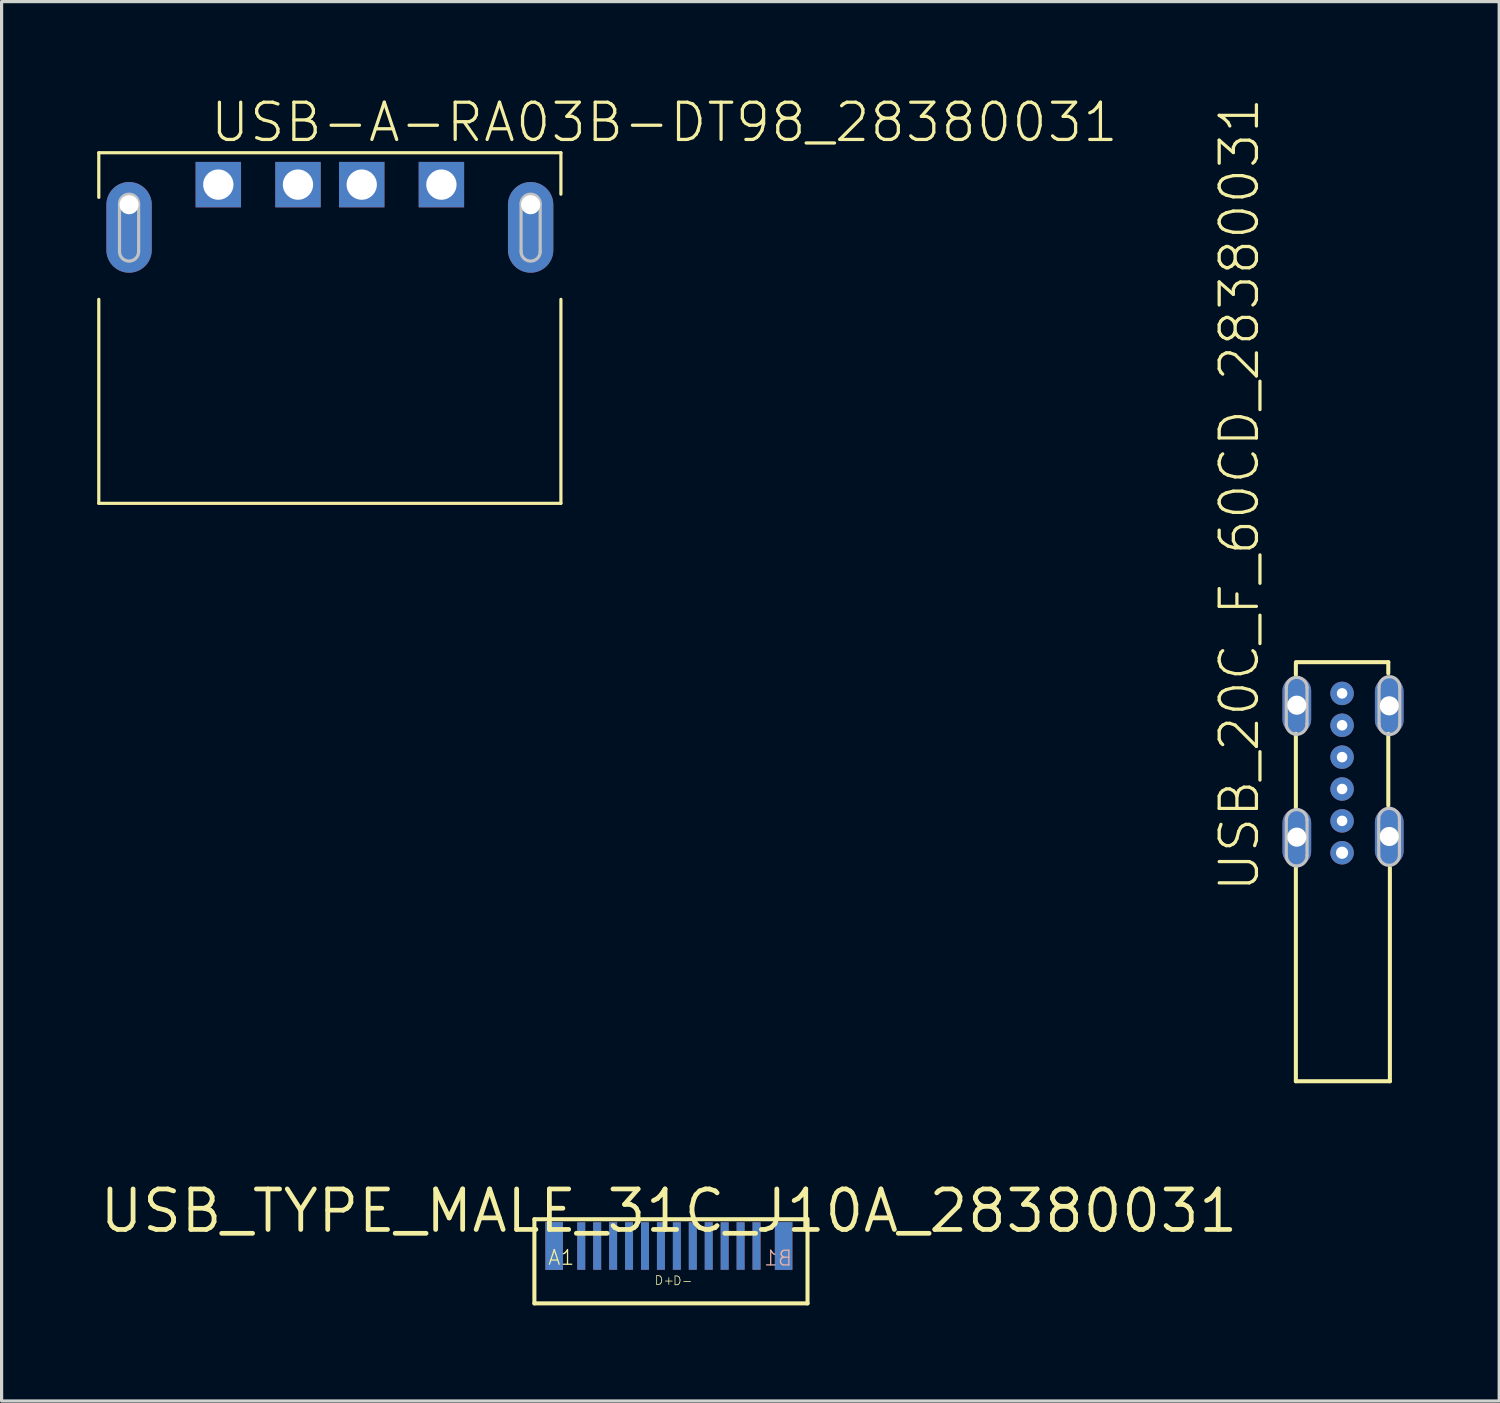
<source format=kicad_pcb>
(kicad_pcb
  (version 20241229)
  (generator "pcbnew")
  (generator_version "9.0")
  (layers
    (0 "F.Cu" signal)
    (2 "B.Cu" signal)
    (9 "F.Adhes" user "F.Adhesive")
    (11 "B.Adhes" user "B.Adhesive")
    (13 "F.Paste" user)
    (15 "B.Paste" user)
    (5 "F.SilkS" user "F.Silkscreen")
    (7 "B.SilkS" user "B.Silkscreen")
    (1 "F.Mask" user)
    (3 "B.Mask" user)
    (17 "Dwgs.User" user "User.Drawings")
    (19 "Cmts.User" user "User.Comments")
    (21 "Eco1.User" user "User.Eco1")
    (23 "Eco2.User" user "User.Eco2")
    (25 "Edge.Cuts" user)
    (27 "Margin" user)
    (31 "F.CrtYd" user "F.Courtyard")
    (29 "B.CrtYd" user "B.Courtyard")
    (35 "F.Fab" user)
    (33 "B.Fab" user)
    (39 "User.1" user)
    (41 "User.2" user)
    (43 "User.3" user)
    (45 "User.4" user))
  (footprint "USB-A-RA03B-DT98_28380031"
    (layer "F.Cu")
    (at 7.3 2.743)
    (property "Reference" "USB-A-RA03B-DT98_28380031" (at -3.81 -1.27 0) (unlocked yes) (layer "F.SilkS") (effects (font (size 1.168 1.168) (thickness 0.102)) (justify left bottom)))
    (fp_line (start -7.25 -1) (end 7.25 -1) (stroke (width 0.1) (type solid)) (layer "F.SilkS"))
    (fp_line (start -7.25 0.4) (end -7.25 -1) (stroke (width 0.1) (type solid)) (layer "F.SilkS"))
    (fp_line (start -7.25 3.6) (end -7.25 10) (stroke (width 0.1) (type solid)) (layer "F.SilkS"))
    (fp_line (start -7.25 10) (end 7.25 10) (stroke (width 0.1) (type solid)) (layer "F.SilkS"))
    (fp_line (start 7.25 -1) (end 7.25 0.3) (stroke (width 0.1) (type solid)) (layer "F.SilkS"))
    (fp_line (start 7.25 10) (end 7.25 3.6) (stroke (width 0.1) (type solid)) (layer "F.SilkS"))
    (fp_line (start -6.6 0.6) (end -6.6 2.1) (stroke (width 0.1) (type solid)) (layer "Dwgs.User"))
    (fp_line (start -6 0.6) (end -6 2.1) (stroke (width 0.1) (type solid)) (layer "Dwgs.User"))
    (fp_line (start 6 0.6) (end 6 2.1) (stroke (width 0.1) (type solid)) (layer "Dwgs.User"))
    (fp_line (start 6.6 0.6) (end 6.6 2.1) (stroke (width 0.1) (type solid)) (layer "Dwgs.User"))
    (fp_arc (start -6.6 0.6) (mid -6.3 0.3) (end -6 0.6) (stroke (width 0.1) (type solid)) (layer "Dwgs.User"))
    (fp_arc (start -6 2.1) (mid -6.3 2.4) (end -6.6 2.1) (stroke (width 0.1) (type solid)) (layer "Dwgs.User"))
    (fp_arc (start 6 0.6) (mid 6.3 0.3) (end 6.6 0.6) (stroke (width 0.1) (type solid)) (layer "Dwgs.User"))
    (fp_arc (start 6.6 2.1) (mid 6.3 2.4) (end 6 2.1) (stroke (width 0.1) (type solid)) (layer "Dwgs.User"))
    (pad "P$1" thru_hole rect (at -3.5 0) (size 1.425 1.425) (drill 0.95) (layers "*.Cu" "*.Mask"))
    (pad "P$2" thru_hole rect (at -1 0) (size 1.425 1.425) (drill 0.95) (layers "*.Cu" "*.Mask"))
    (pad "P$3" thru_hole rect (at 1 0) (size 1.425 1.425) (drill 0.95) (layers "*.Cu" "*.Mask"))
    (pad "P$4" thru_hole rect (at 3.5 0) (size 1.425 1.425) (drill 0.95) (layers "*.Cu" "*.Mask"))
    (pad "SH$1" thru_hole oval (at -6.3 0.63 270) (size 2.845 1.422) (drill 0.6 (offset 0.711 0)) (layers "*.Cu" "*.Mask"))
    (pad "SH$2" thru_hole oval (at 6.3 0.63 270) (size 2.845 1.422) (drill 0.6 (offset 0.711 0)) (layers "*.Cu" "*.Mask")))
  (footprint "USB_20C_F_60CD_28380031"
    (layer "F.Cu")
    (at 39.061 26.267)
    (property "Reference" "USB_20C_F_60CD_28380031" (at -2.54 -1.27 90) (unlocked yes) (layer "F.SilkS") (effects (font (size 1.168 1.168) (thickness 0.102)) (justify left bottom)))
    (fp_line (start -1.45 -8.54) (end 1.45 -8.54) (stroke (width 0.127) (type solid)) (layer "F.SilkS"))
    (fp_line (start -1.45 -8.14) (end -1.45 -8.49) (stroke (width 0.127) (type solid)) (layer "F.SilkS"))
    (fp_line (start -1.45 -3.99) (end -1.45 -6.29) (stroke (width 0.127) (type solid)) (layer "F.SilkS"))
    (fp_line (start -1.45 4.61) (end -1.45 -2.09) (stroke (width 0.127) (type solid)) (layer "F.SilkS"))
    (fp_line (start -1.45 4.61) (end 1.5 4.61) (stroke (width 0.127) (type solid)) (layer "F.SilkS"))
    (fp_line (start 1.45 -8.54) (end 1.45 -8.19) (stroke (width 0.127) (type solid)) (layer "F.SilkS"))
    (fp_line (start 1.45 -6.29) (end 1.45 -4.04) (stroke (width 0.127) (type solid)) (layer "F.SilkS"))
    (fp_line (start 1.5 4.61) (end 1.5 -2.09) (stroke (width 0.127) (type solid)) (layer "F.SilkS"))
    (fp_circle (center 0 -7.56) (end 0.166 -7.56) (stroke (width 0.4) (type solid)) (fill no) (layer "B.Paste"))
    (fp_circle (center 0 -6.56) (end 0.166 -6.56) (stroke (width 0.4) (type solid)) (fill no) (layer "B.Paste"))
    (fp_circle (center 0 -5.56) (end 0.166 -5.56) (stroke (width 0.4) (type solid)) (fill no) (layer "B.Paste"))
    (fp_circle (center 0 -4.56) (end 0.166 -4.56) (stroke (width 0.4) (type solid)) (fill no) (layer "B.Paste"))
    (fp_circle (center 0 -3.56) (end 0.166 -3.56) (stroke (width 0.4) (type solid)) (fill no) (layer "B.Paste"))
    (fp_circle (center 0 -2.56) (end 0.166 -2.56) (stroke (width 0.4) (type solid)) (fill no) (layer "B.Paste"))
    (fp_line (start -1.75 -7.74) (end -1.75 -6.6) (stroke (width 0.1) (type solid)) (layer "Dwgs.User"))
    (fp_line (start -1.75 -3.59) (end -1.75 -2.47) (stroke (width 0.1) (type solid)) (layer "Dwgs.User"))
    (fp_line (start -1.1 -7.74) (end -1.1 -6.6) (stroke (width 0.1) (type solid)) (layer "Dwgs.User"))
    (fp_line (start -1.1 -3.59) (end -1.1 -2.47) (stroke (width 0.1) (type solid)) (layer "Dwgs.User"))
    (fp_line (start 1.15 -3.63) (end 1.15 -2.49) (stroke (width 0.1) (type solid)) (layer "Dwgs.User"))
    (fp_line (start 1.16 -7.76) (end 1.16 -6.6) (stroke (width 0.1) (type solid)) (layer "Dwgs.User"))
    (fp_line (start 1.8 -3.63) (end 1.8 -2.49) (stroke (width 0.1) (type solid)) (layer "Dwgs.User"))
    (fp_line (start 1.81 -7.76) (end 1.81 -6.59) (stroke (width 0.1) (type solid)) (layer "Dwgs.User"))
    (fp_arc (start -1.75 -7.74) (mid -1.425 -8.065) (end -1.1 -7.74) (stroke (width 0.1) (type solid)) (layer "Dwgs.User"))
    (fp_arc (start -1.75 -3.59) (mid -1.425 -3.915) (end -1.1 -3.59) (stroke (width 0.1) (type solid)) (layer "Dwgs.User"))
    (fp_arc (start -1.1 -6.6) (mid -1.425 -6.275) (end -1.75 -6.6) (stroke (width 0.1) (type solid)) (layer "Dwgs.User"))
    (fp_arc (start -1.1 -2.47) (mid -1.425 -2.145) (end -1.75 -2.47) (stroke (width 0.1) (type solid)) (layer "Dwgs.User"))
    (fp_arc (start 1.15 -3.63) (mid 1.475 -3.955) (end 1.8 -3.63) (stroke (width 0.1) (type solid)) (layer "Dwgs.User"))
    (fp_arc (start 1.16 -7.76) (mid 1.485 -8.085) (end 1.81 -7.76) (stroke (width 0.1) (type solid)) (layer "Dwgs.User"))
    (fp_arc (start 1.8 -2.49) (mid 1.475 -2.165) (end 1.15 -2.49) (stroke (width 0.1) (type solid)) (layer "Dwgs.User"))
    (fp_arc (start 1.81 -6.59) (mid 1.48 -6.27) (end 1.16 -6.6) (stroke (width 0.1) (type solid)) (layer "Dwgs.User"))
    (pad "A5" thru_hole circle (at 0 -4.56) (size 0.737 0.737) (drill 0.33) (layers "*.Cu" "*.Mask"))
    (pad "A9" thru_hole circle (at 0 -6.56) (size 0.737 0.737) (drill 0.33) (layers "*.Cu" "*.Mask"))
    (pad "A12" thru_hole circle (at 0 -7.56) (size 0.737 0.737) (drill 0.33) (layers "*.Cu" "*.Mask"))
    (pad "B5" thru_hole circle (at 0 -5.56) (size 0.737 0.737) (drill 0.33) (layers "*.Cu" "*.Mask"))
    (pad "B9" thru_hole circle (at 0 -3.56) (size 0.737 0.737) (drill 0.33) (layers "*.Cu" "*.Mask"))
    (pad "B12" thru_hole circle (at 0 -2.56) (size 0.737 0.737) (drill 0.381) (layers "*.Cu" "*.Mask"))
    (pad "P$1" thru_hole oval (at -1.42 -3.05 90) (size 1.8 0.9) (drill 0.6) (layers "*.Cu" "*.Mask"))
    (pad "P$2" thru_hole oval (at 1.48 -3.07 90) (size 1.8 0.9) (drill 0.6) (layers "*.Cu" "*.Mask"))
    (pad "P$3" thru_hole oval (at 1.48 -7.17 90) (size 1.8 0.9) (drill 0.6) (layers "*.Cu" "*.Mask"))
    (pad "P$4" thru_hole oval (at -1.42 -7.19 90) (size 1.8 0.9) (drill 0.6) (layers "*.Cu" "*.Mask")))
  (footprint "USB_TYPE_MALE_31C_J10A_28380031"
    (layer "F.Cu")
    (at 17.938 34.947)
    (property "Reference" "USB_TYPE_MALE_31C_J10A_28380031" (at 0 0 0) (layer "F.SilkS") (effects (font (size 1.27 1.27) (thickness 0.15))))
    (fp_line (start -4.22 0.26) (end -4.22 2.9) (stroke (width 0.127) (type solid)) (layer "F.SilkS"))
    (fp_line (start -4.22 2.9) (end 4.35 2.9) (stroke (width 0.127) (type solid)) (layer "F.SilkS"))
    (fp_line (start 4.32 0.26) (end -4.22 0.26) (stroke (width 0.127) (type solid)) (layer "F.SilkS"))
    (fp_line (start 4.35 0.25) (end 4.35 2.9) (stroke (width 0.127) (type solid)) (layer "F.SilkS"))
    (fp_text user "D+" (at -0.465 2.34 0) (unlocked yes) (layer "F.SilkS") (effects (font (size 0.276 0.276) (thickness 0.024)) (justify left bottom)))
    (fp_text user "A1" (at -3.82 1.73 0) (unlocked yes) (layer "F.SilkS") (effects (font (size 0.46 0.46) (thickness 0.04)) (justify left bottom)))
    (fp_text user "D-" (at 0.11 2.35 0) (unlocked yes) (layer "F.SilkS") (effects (font (size 0.276 0.276) (thickness 0.024)) (justify left bottom)))
    (fp_text user "B1" (at 3.9 1.75 0) (unlocked yes) (layer "B.SilkS") (effects (font (size 0.46 0.46) (thickness 0.04)) (justify left bottom mirror)))
    (pad "A1" smd rect (at 2.75 1.1) (size 0.25 1.49) (layers "F.Cu" "F.Mask" "F.Paste"))
    (pad "A2" smd rect (at 2.25 1.1) (size 0.25 1.49) (layers "F.Cu" "F.Mask" "F.Paste"))
    (pad "A3" smd rect (at 1.75 1.1) (size 0.25 1.49) (layers "F.Cu" "F.Mask" "F.Paste"))
    (pad "A4" smd rect (at 1.25 1.1) (size 0.25 1.49) (layers "F.Cu" "F.Mask" "F.Paste"))
    (pad "A5" smd rect (at 0.75 1.1) (size 0.25 1.49) (layers "F.Cu" "F.Mask" "F.Paste"))
    (pad "A6" smd rect (at 0.25 1.1) (size 0.25 1.49) (layers "F.Cu" "F.Mask" "F.Paste"))
    (pad "A7" smd rect (at -0.25 1.1) (size 0.25 1.49) (layers "F.Cu" "F.Mask" "F.Paste"))
    (pad "A8" smd rect (at -0.75 1.1) (size 0.25 1.49) (layers "F.Cu" "F.Mask" "F.Paste"))
    (pad "A9" smd rect (at -1.25 1.1) (size 0.25 1.49) (layers "F.Cu" "F.Mask" "F.Paste"))
    (pad "A10" smd rect (at -1.75 1.1) (size 0.25 1.49) (layers "F.Cu" "F.Mask" "F.Paste"))
    (pad "A11" smd rect (at -2.25 1.1) (size 0.25 1.49) (layers "F.Cu" "F.Mask" "F.Paste"))
    (pad "A12" smd rect (at -2.75 1.1) (size 0.25 1.49) (layers "F.Cu" "F.Mask" "F.Paste"))
    (pad "B1" smd rect (at -2.75 1.1) (size 0.25 1.49) (layers "B.Cu" "B.Mask" "B.Paste"))
    (pad "B2" smd rect (at -2.25 1.1) (size 0.25 1.49) (layers "B.Cu" "B.Mask" "B.Paste"))
    (pad "B3" smd rect (at -1.75 1.1) (size 0.25 1.49) (layers "B.Cu" "B.Mask" "B.Paste"))
    (pad "B4" smd rect (at -1.25 1.1) (size 0.25 1.49) (layers "B.Cu" "B.Mask" "B.Paste"))
    (pad "B5" smd rect (at -0.75 1.1) (size 0.25 1.49) (layers "B.Cu" "B.Mask" "B.Paste"))
    (pad "B6" smd rect (at -0.25 1.1) (size 0.25 1.49) (layers "B.Cu" "B.Mask" "B.Paste"))
    (pad "B7" smd rect (at 0.25 1.1) (size 0.25 1.49) (layers "B.Cu" "B.Mask" "B.Paste"))
    (pad "B8" smd rect (at 0.75 1.1) (size 0.25 1.49) (layers "B.Cu" "B.Mask" "B.Paste"))
    (pad "B9" smd rect (at 1.25 1.1) (size 0.25 1.49) (layers "B.Cu" "B.Mask" "B.Paste"))
    (pad "B10" smd rect (at 1.75 1.1) (size 0.25 1.49) (layers "B.Cu" "B.Mask" "B.Paste"))
    (pad "B11" smd rect (at 2.25 1.1) (size 0.25 1.49) (layers "B.Cu" "B.Mask" "B.Paste"))
    (pad "B12" smd rect (at 2.75 1.1) (size 0.25 1.49) (layers "B.Cu" "B.Mask" "B.Paste"))
    (pad "SH$1" smd rect (at 3.6 1.1 90) (size 1.5 0.55) (layers "F.Cu" "F.Mask" "F.Paste"))
    (pad "SH$2" smd rect (at -3.6 1.1 90) (size 1.5 0.55) (layers "B.Cu" "B.Mask" "B.Paste"))
    (pad "SH$3" smd rect (at -3.6 1.1 90) (size 1.5 0.55) (layers "F.Cu" "F.Mask" "F.Paste"))
    (pad "SH$4" smd rect (at 3.6 1.1 90) (size 1.5 0.55) (layers "B.Cu" "B.Mask" "B.Paste")))
  (gr_rect
    (start -3 -3)
    (end 43.991 40.91)
    (stroke (width 0.1) (type default))
    (fill no)
    (layer "Edge.Cuts")))
</source>
